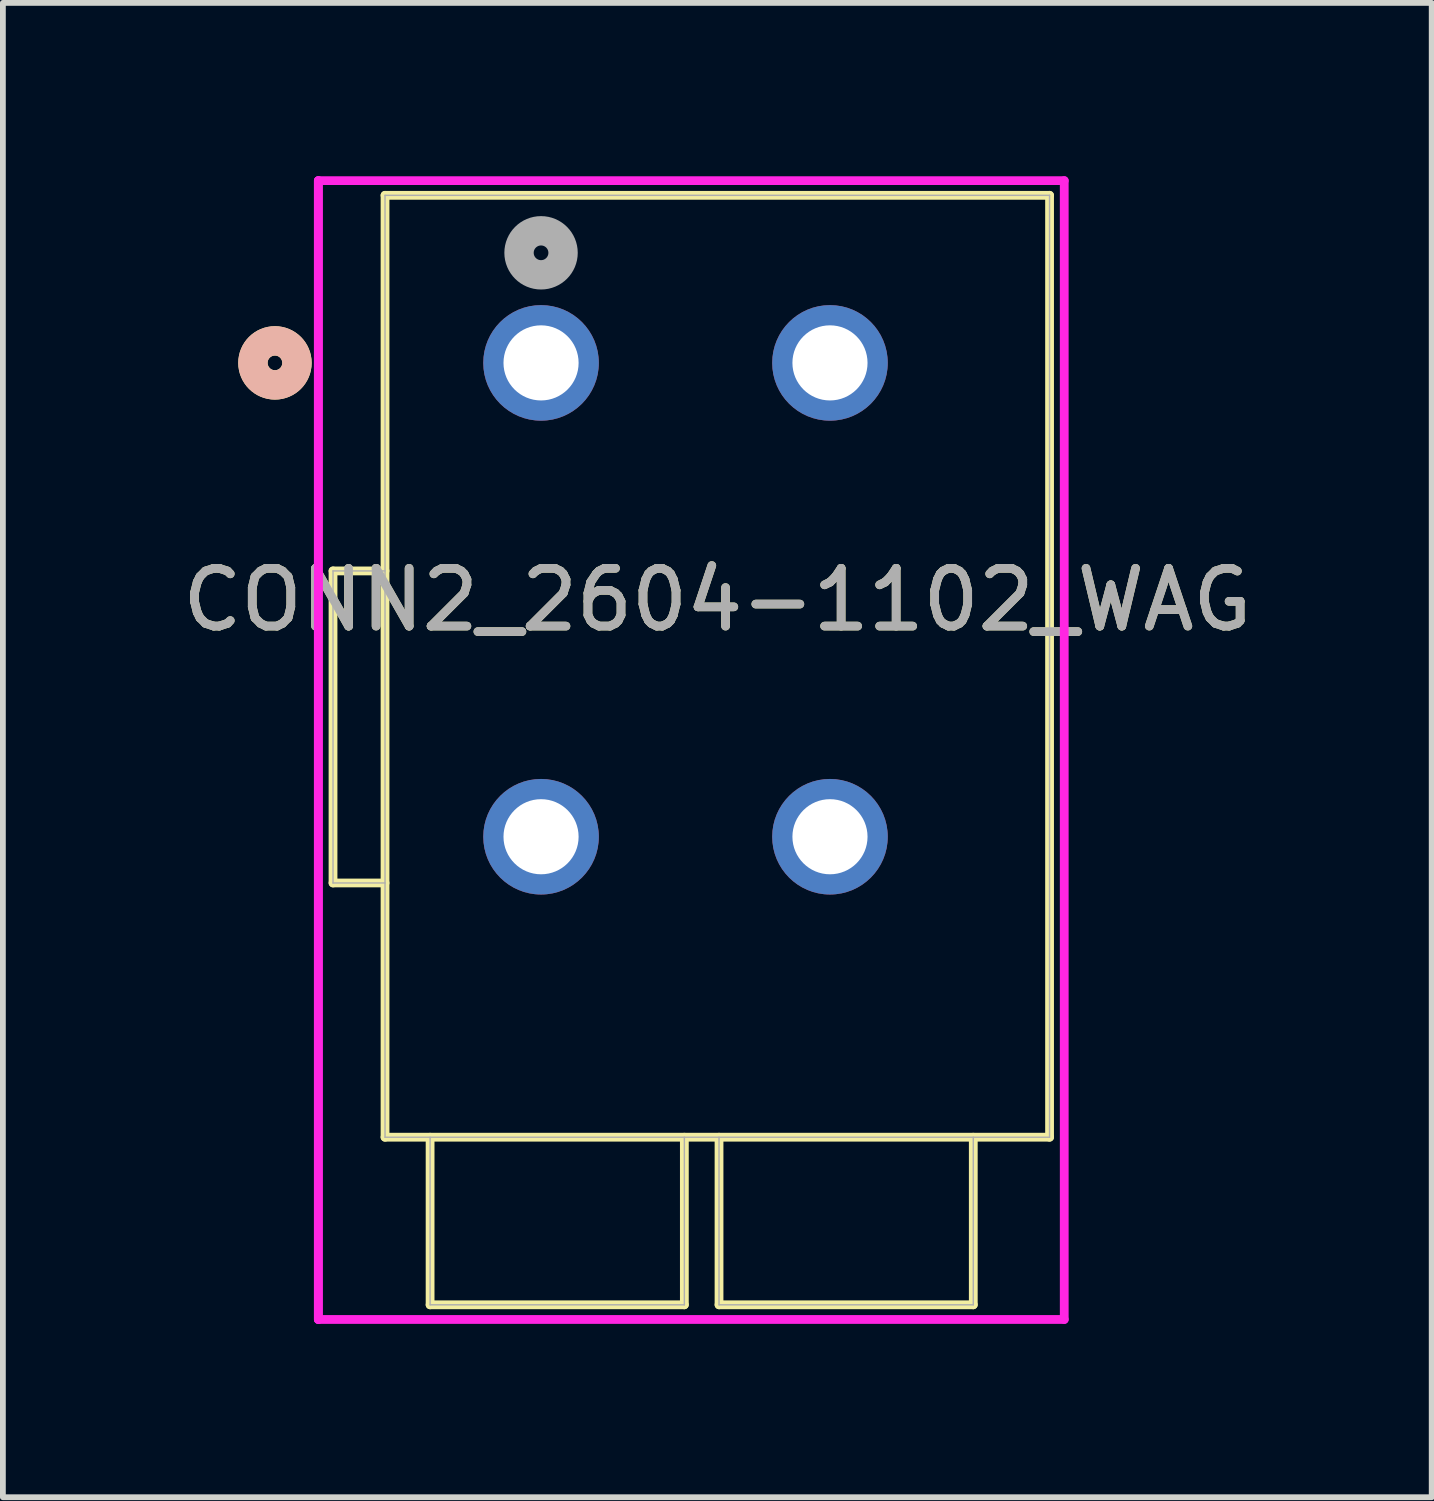
<source format=kicad_pcb>
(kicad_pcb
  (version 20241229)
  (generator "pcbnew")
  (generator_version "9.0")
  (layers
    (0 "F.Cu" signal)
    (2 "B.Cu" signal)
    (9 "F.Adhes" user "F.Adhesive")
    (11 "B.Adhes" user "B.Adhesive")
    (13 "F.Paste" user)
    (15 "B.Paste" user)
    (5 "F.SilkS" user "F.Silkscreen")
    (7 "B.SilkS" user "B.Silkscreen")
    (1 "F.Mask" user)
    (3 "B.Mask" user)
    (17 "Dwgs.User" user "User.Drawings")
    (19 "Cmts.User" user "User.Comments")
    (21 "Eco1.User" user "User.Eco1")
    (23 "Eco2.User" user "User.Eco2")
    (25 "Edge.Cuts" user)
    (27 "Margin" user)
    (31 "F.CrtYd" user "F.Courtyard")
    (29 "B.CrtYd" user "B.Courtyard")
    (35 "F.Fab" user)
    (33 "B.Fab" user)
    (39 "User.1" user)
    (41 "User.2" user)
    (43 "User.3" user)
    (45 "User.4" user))
  (footprint "CONN2_2604-1102_WAG"
    (layer "F.Cu")
    (at 6.313 3.23)
    (property "Reference" "CONN2_2604-1102_WAG" (at 3.05 4.1 0) (unlocked yes) (layer "F.SilkS") (effects (font (size 1 1) (thickness 0.15))))
    (attr through_hole)
    (fp_line (start -3.6 9) (end -3.6 3.6) (stroke (width 0.152) (type solid)) (layer "F.SilkS"))
    (fp_line (start -2.7 -2.9) (end 8.8 -2.9) (stroke (width 0.152) (type solid)) (layer "F.SilkS"))
    (fp_line (start -2.7 13.4) (end -2.7 -2.9) (stroke (width 0.152) (type solid)) (layer "F.SilkS"))
    (fp_line (start -2.7 13.4) (end 8.8 13.4) (stroke (width 0.152) (type solid)) (layer "F.SilkS"))
    (fp_line (start -2.7 3.6) (end -3.6 3.6) (stroke (width 0.152) (type solid)) (layer "F.SilkS"))
    (fp_line (start -2.7 9) (end -3.6 9) (stroke (width 0.152) (type solid)) (layer "F.SilkS"))
    (fp_line (start -1.92 13.4) (end -1.92 16.3) (stroke (width 0.152) (type solid)) (layer "F.SilkS"))
    (fp_line (start -1.92 16.3) (end 2.48 16.3) (stroke (width 0.152) (type solid)) (layer "F.SilkS"))
    (fp_line (start 2.48 13.4) (end 2.48 16.3) (stroke (width 0.152) (type solid)) (layer "F.SilkS"))
    (fp_line (start 3.08 13.4) (end 3.08 16.3) (stroke (width 0.152) (type solid)) (layer "F.SilkS"))
    (fp_line (start 3.08 16.3) (end 7.48 16.3) (stroke (width 0.152) (type solid)) (layer "F.SilkS"))
    (fp_line (start 7.48 13.4) (end 7.48 16.3) (stroke (width 0.152) (type solid)) (layer "F.SilkS"))
    (fp_line (start 8.8 -2.9) (end 8.8 13.4) (stroke (width 0.152) (type solid)) (layer "F.SilkS"))
    (fp_circle (center -4.605 0) (end -4.224 0) (stroke (width 0.508) (type solid)) (fill no) (layer "F.SilkS"))
    (fp_circle (center -4.605 0) (end -4.224 0) (stroke (width 0.508) (type solid)) (fill no) (layer "B.SilkS"))
    (fp_line (start -3.854 -3.154) (end -3.854 16.554) (stroke (width 0.152) (type solid)) (layer "F.CrtYd"))
    (fp_line (start -3.854 -3.154) (end -3.854 16.554) (stroke (width 0.152) (type solid)) (layer "F.CrtYd"))
    (fp_line (start -3.854 16.554) (end 9.054 16.554) (stroke (width 0.152) (type solid)) (layer "F.CrtYd"))
    (fp_line (start 9.054 -3.154) (end -3.854 -3.154) (stroke (width 0.152) (type solid)) (layer "F.CrtYd"))
    (fp_line (start 9.054 16.554) (end 9.054 -3.154) (stroke (width 0.152) (type solid)) (layer "F.CrtYd"))
    (fp_line (start -3.6 9) (end -3.6 3.6) (stroke (width 0.025) (type solid)) (layer "F.Fab"))
    (fp_line (start -2.7 -2.9) (end 8.8 -2.9) (stroke (width 0.025) (type solid)) (layer "F.Fab"))
    (fp_line (start -2.7 13.4) (end -2.7 -2.9) (stroke (width 0.025) (type solid)) (layer "F.Fab"))
    (fp_line (start -2.7 13.4) (end 8.8 13.4) (stroke (width 0.025) (type solid)) (layer "F.Fab"))
    (fp_line (start -2.7 3.6) (end -3.6 3.6) (stroke (width 0.025) (type solid)) (layer "F.Fab"))
    (fp_line (start -2.7 9) (end -3.6 9) (stroke (width 0.025) (type solid)) (layer "F.Fab"))
    (fp_line (start -1.92 13.4) (end -1.92 16.3) (stroke (width 0.025) (type solid)) (layer "F.Fab"))
    (fp_line (start -1.92 16.3) (end 2.48 16.3) (stroke (width 0.025) (type solid)) (layer "F.Fab"))
    (fp_line (start 2.48 13.4) (end 2.48 16.3) (stroke (width 0.025) (type solid)) (layer "F.Fab"))
    (fp_line (start 3.08 13.4) (end 3.08 16.3) (stroke (width 0.025) (type solid)) (layer "F.Fab"))
    (fp_line (start 3.08 16.3) (end 7.48 16.3) (stroke (width 0.025) (type solid)) (layer "F.Fab"))
    (fp_line (start 7.48 13.4) (end 7.48 16.3) (stroke (width 0.025) (type solid)) (layer "F.Fab"))
    (fp_line (start 8.8 -2.9) (end 8.8 13.4) (stroke (width 0.025) (type solid)) (layer "F.Fab"))
    (fp_circle (center 0 -1.905) (end 0.381 -1.905) (stroke (width 0.508) (type solid)) (fill no) (layer "F.Fab"))
    (fp_text user "${REFERENCE}" (at 3.05 4.1 0) (unlocked yes) (layer "F.Fab") (effects (font (size 1 1) (thickness 0.15))))
    (pad "1" thru_hole circle (at 0 0) (size 2 2) (drill 1.3) (layers "*.Cu" "*.Mask"))
    (pad "2" thru_hole circle (at 0 8.2) (size 2 2) (drill 1.3) (layers "*.Cu" "*.Mask"))
    (pad "3" thru_hole circle (at 5 0) (size 2 2) (drill 1.3) (layers "*.Cu" "*.Mask"))
    (pad "4" thru_hole circle (at 5 8.2) (size 2 2) (drill 1.3) (layers "*.Cu" "*.Mask")))
  (gr_rect
    (start -3 -3)
    (end 21.726 22.86)
    (stroke (width 0.1) (type default))
    (fill no)
    (layer "Edge.Cuts")))
</source>
